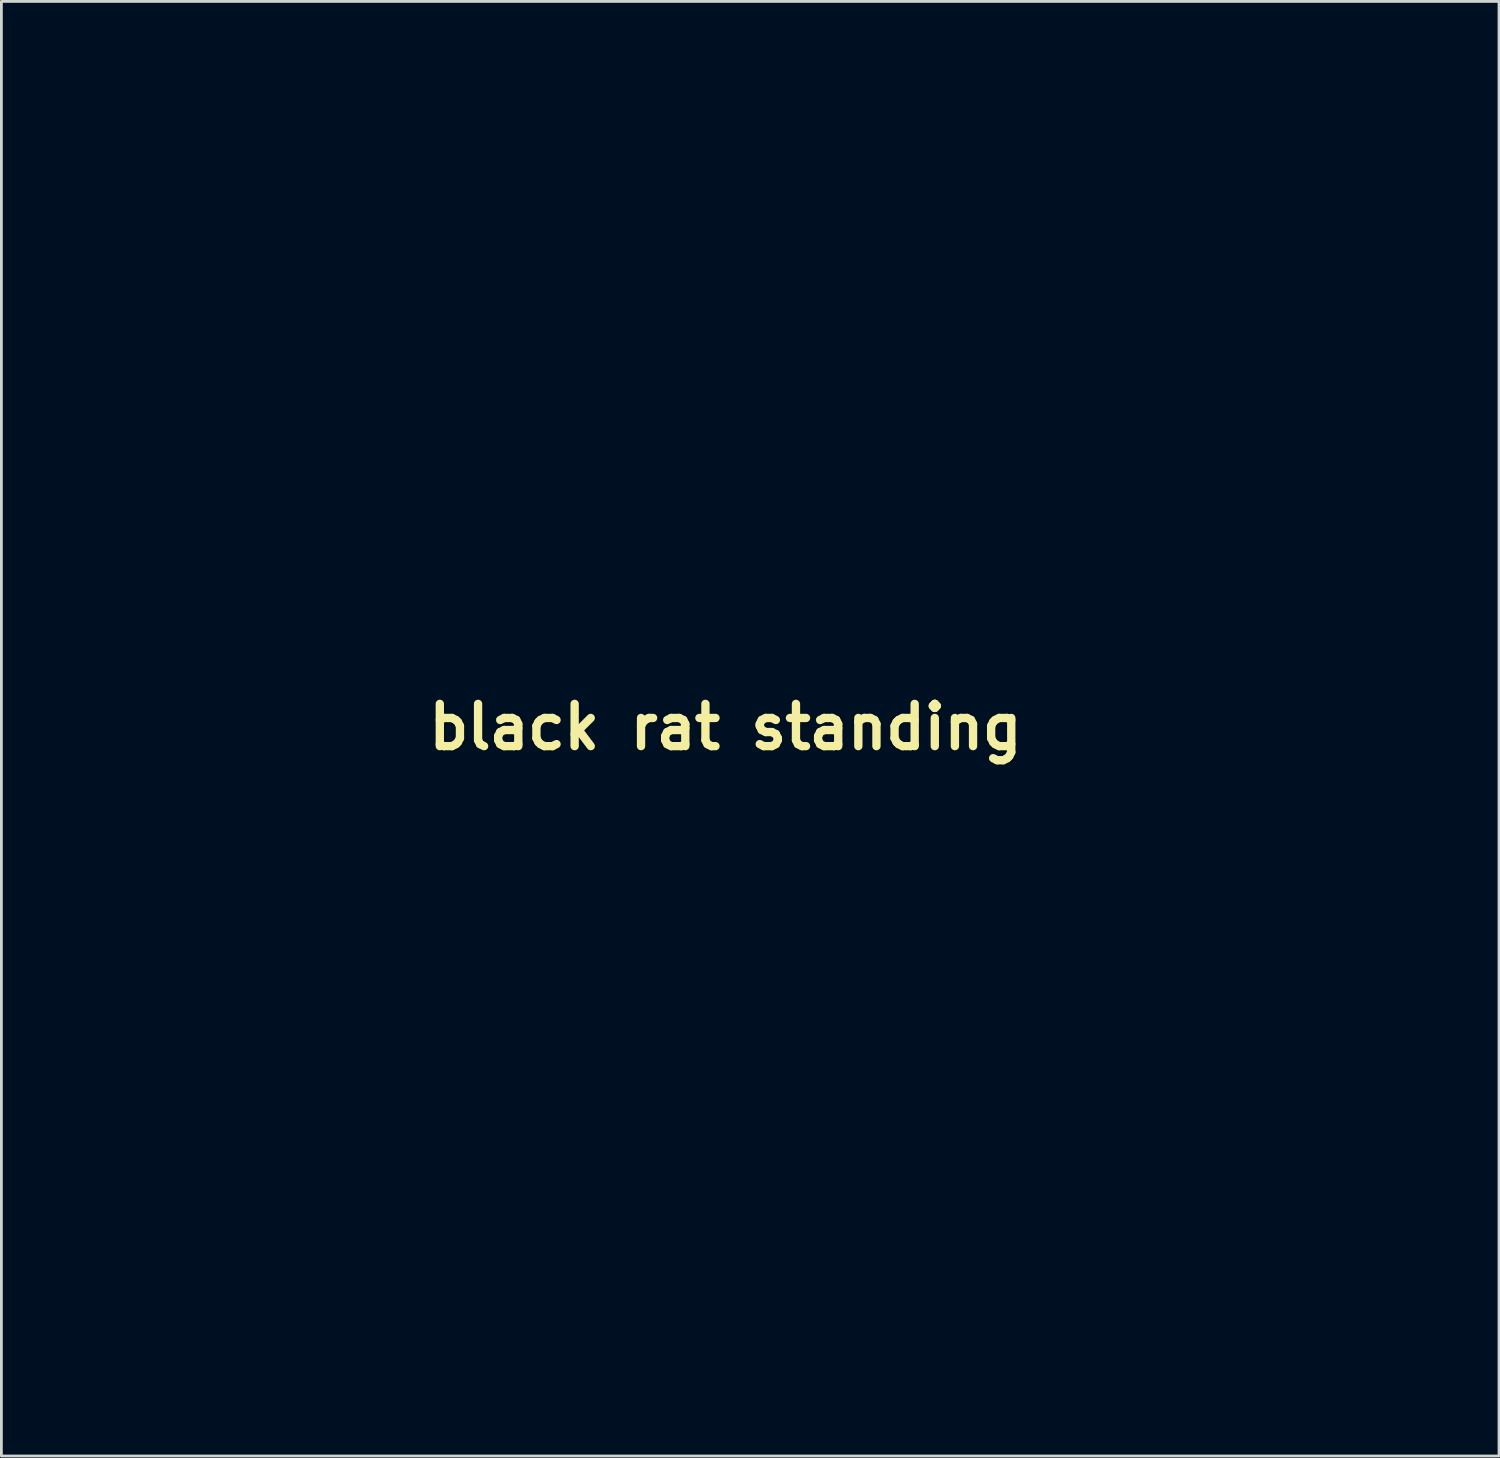
<source format=kicad_pcb>
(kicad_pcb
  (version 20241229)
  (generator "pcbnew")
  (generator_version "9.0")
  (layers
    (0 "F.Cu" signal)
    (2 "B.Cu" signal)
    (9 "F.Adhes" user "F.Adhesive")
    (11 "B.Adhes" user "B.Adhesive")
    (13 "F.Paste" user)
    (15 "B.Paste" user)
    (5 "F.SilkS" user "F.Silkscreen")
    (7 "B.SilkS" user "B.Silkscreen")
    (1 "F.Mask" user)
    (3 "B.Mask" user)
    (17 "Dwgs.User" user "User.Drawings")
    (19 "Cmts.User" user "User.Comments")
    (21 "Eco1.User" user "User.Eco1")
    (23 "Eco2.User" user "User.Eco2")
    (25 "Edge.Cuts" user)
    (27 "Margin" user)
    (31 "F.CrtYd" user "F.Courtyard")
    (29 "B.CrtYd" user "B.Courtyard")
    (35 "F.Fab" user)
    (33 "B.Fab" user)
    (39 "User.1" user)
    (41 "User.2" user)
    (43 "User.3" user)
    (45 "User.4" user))
  (footprint "black rat standing"
    (layer "F.Cu")
    (at 23.119 23.172)
    (property "Reference" "black rat standing" (at 0 0 0) (layer "F.SilkS") (effects (font (size 1.524 1.524) (thickness 0.3))))
    (attr through_hole)
    (fp_poly (pts (xy -23.029 -19.516) (xy -23.072 -19.473) (xy -23.114 -19.516) (xy -23.072 -19.558) (xy -23.029 -19.516)) (stroke (width 0.01) (type solid)) (fill no) (layer "Eco2.User"))
    (fp_poly (pts (xy -22.86 -19.6) (xy -22.902 -19.558) (xy -22.945 -19.6) (xy -22.902 -19.643) (xy -22.86 -19.6)) (stroke (width 0.01) (type solid)) (fill no) (layer "Eco2.User"))
    (fp_poly (pts (xy -22.775 -18.246) (xy -22.818 -18.203) (xy -22.86 -18.246) (xy -22.818 -18.288) (xy -22.775 -18.246)) (stroke (width 0.01) (type solid)) (fill no) (layer "Eco2.User"))
    (fp_poly (pts (xy -22.606 -19.177) (xy -22.648 -19.135) (xy -22.691 -19.177) (xy -22.648 -19.219) (xy -22.606 -19.177)) (stroke (width 0.01) (type solid)) (fill no) (layer "Eco2.User"))
    (fp_poly (pts (xy -21.675 -20.193) (xy -21.717 -20.151) (xy -21.759 -20.193) (xy -21.717 -20.235) (xy -21.675 -20.193)) (stroke (width 0.01) (type solid)) (fill no) (layer "Eco2.User"))
    (fp_poly (pts (xy -18.881 -22.394) (xy -18.923 -22.352) (xy -18.965 -22.394) (xy -18.923 -22.437) (xy -18.881 -22.394)) (stroke (width 0.01) (type solid)) (fill no) (layer "Eco2.User"))
    (fp_poly (pts (xy -18.119 -22.987) (xy -18.161 -22.945) (xy -18.203 -22.987) (xy -18.161 -23.029) (xy -18.119 -22.987)) (stroke (width 0.01) (type solid)) (fill no) (layer "Eco2.User"))
    (fp_poly (pts (xy -17.526 -22.902) (xy -17.568 -22.86) (xy -17.611 -22.902) (xy -17.568 -22.945) (xy -17.526 -22.902)) (stroke (width 0.01) (type solid)) (fill no) (layer "Eco2.User"))
    (fp_poly (pts (xy -19.815 -15.348) (xy -19.783 -15.286) (xy -19.761 -15.167) (xy -19.818 -15.19) (xy -19.858 -15.246) (xy -19.884 -15.356) (xy -19.873 -15.376) (xy -19.815 -15.348)) (stroke (width 0.01) (type solid)) (fill no) (layer "Eco2.User"))
    (fp_poly (pts (xy -10.004 -5.977) (xy -9.913 -5.892) (xy -9.932 -5.843) (xy -9.943 -5.842) (xy -10.015 -5.902) (xy -10.041 -5.94) (xy -10.051 -5.998) (xy -10.004 -5.977)) (stroke (width 0.01) (type solid)) (fill no) (layer "Eco2.User"))
    (fp_poly (pts (xy -21.786 -19.673) (xy -21.802 -19.643) (xy -21.881 -19.562) (xy -21.896 -19.558) (xy -21.902 -19.613) (xy -21.886 -19.643) (xy -21.807 -19.724) (xy -21.792 -19.727) (xy -21.786 -19.673)) (stroke (width 0.01) (type solid)) (fill no) (layer "Eco2.User"))
    (fp_poly (pts (xy -21.447 -17.397) (xy -21.495 -17.335) (xy -21.618 -17.204) (xy -21.673 -17.204) (xy -21.675 -17.219) (xy -21.617 -17.29) (xy -21.526 -17.367) (xy -21.426 -17.441) (xy -21.447 -17.397)) (stroke (width 0.01) (type solid)) (fill no) (layer "Eco2.User"))
    (fp_poly (pts (xy -17.637 -22.721) (xy -17.653 -22.691) (xy -17.733 -22.61) (xy -17.748 -22.606) (xy -17.753 -22.661) (xy -17.738 -22.691) (xy -17.658 -22.772) (xy -17.643 -22.775) (xy -17.637 -22.721)) (stroke (width 0.01) (type solid)) (fill no) (layer "Eco2.User"))
    (fp_poly (pts (xy -22.095 -19.48) (xy -22.183 -19.396) (xy -22.354 -19.275) (xy -22.477 -19.223) (xy -22.479 -19.223) (xy -22.494 -19.258) (xy -22.437 -19.308) (xy -22.241 -19.431) (xy -22.12 -19.491) (xy -22.095 -19.48)) (stroke (width 0.01) (type solid)) (fill no) (layer "Eco2.User"))
    (fp_poly (pts (xy -18.595 -23.114) (xy -18.652 -22.94) (xy -18.73 -22.755) (xy -18.808 -22.607) (xy -18.86 -22.541) (xy -18.871 -22.564) (xy -18.835 -22.687) (xy -18.748 -22.896) (xy -18.705 -22.987) (xy -18.622 -23.142) (xy -18.587 -23.167) (xy -18.595 -23.114)) (stroke (width 0.01) (type solid)) (fill no) (layer "Eco2.User"))
    (fp_poly (pts (xy -17.845 -22.459) (xy -17.902 -22.342) (xy -17.989 -22.204) (xy -18.146 -21.978) (xy -18.242 -21.864) (xy -18.265 -21.868) (xy -18.205 -21.998) (xy -18.145 -22.105) (xy -18.007 -22.311) (xy -17.879 -22.458) (xy -17.871 -22.464) (xy -17.845 -22.459)) (stroke (width 0.01) (type solid)) (fill no) (layer "Eco2.User"))
    (fp_poly (pts (xy -5.343 7.334) (xy -5.201 7.458) (xy -5.072 7.602) (xy -5.005 7.716) (xy -5.008 7.746) (xy -5.086 7.717) (xy -5.231 7.596) (xy -5.293 7.534) (xy -5.422 7.381) (xy -5.463 7.291) (xy -5.449 7.281) (xy -5.343 7.334)) (stroke (width 0.01) (type solid)) (fill no) (layer "Eco2.User"))
    (fp_poly (pts (xy -18.24 -22.738) (xy -18.312 -22.565) (xy -18.412 -22.362) (xy -18.51 -22.188) (xy -18.579 -22.1) (xy -18.585 -22.098) (xy -18.574 -22.166) (xy -18.504 -22.34) (xy -18.44 -22.477) (xy -18.33 -22.687) (xy -18.248 -22.81) (xy -18.224 -22.824) (xy -18.24 -22.738)) (stroke (width 0.01) (type solid)) (fill no) (layer "Eco2.User"))
    (fp_poly (pts (xy -17.815 -21.791) (xy -17.924 -21.66) (xy -17.949 -21.632) (xy -18.094 -21.49) (xy -18.185 -21.422) (xy -18.191 -21.421) (xy -18.169 -21.474) (xy -18.06 -21.605) (xy -18.034 -21.632) (xy -17.889 -21.775) (xy -17.798 -21.843) (xy -17.793 -21.844) (xy -17.815 -21.791)) (stroke (width 0.01) (type solid)) (fill no) (layer "Eco2.User"))
    (fp_poly (pts (xy -5.006 8.086) (xy -4.866 8.223) (xy -4.714 8.398) (xy -4.583 8.568) (xy -4.508 8.688) (xy -4.508 8.721) (xy -4.58 8.664) (xy -4.717 8.525) (xy -4.751 8.488) (xy -4.929 8.281) (xy -5.076 8.095) (xy -5.083 8.086) (xy -5.204 7.916) (xy -5.006 8.086)) (stroke (width 0.01) (type solid)) (fill no) (layer "Eco2.User"))
    (fp_poly (pts (xy -21.912 -20.055) (xy -22.083 -19.954) (xy -22.304 -19.836) (xy -22.523 -19.728) (xy -22.69 -19.657) (xy -22.744 -19.643) (xy -22.77 -19.673) (xy -22.768 -19.675) (xy -22.664 -19.74) (xy -22.475 -19.839) (xy -22.249 -19.948) (xy -22.036 -20.045) (xy -21.886 -20.105) (xy -21.844 -20.111) (xy -21.912 -20.055)) (stroke (width 0.01) (type solid)) (fill no) (layer "Eco2.User"))
    (fp_poly (pts (xy -5.907 6.346) (xy -5.852 6.392) (xy -5.676 6.567) (xy -5.511 6.766) (xy -5.392 6.947) (xy -5.349 7.062) (xy -5.355 7.077) (xy -5.431 7.056) (xy -5.477 7.008) (xy -5.574 6.878) (xy -5.725 6.671) (xy -5.805 6.562) (xy -5.936 6.374) (xy -5.969 6.307) (xy -5.907 6.346)) (stroke (width 0.01) (type solid)) (fill no) (layer "Eco2.User"))
    (fp_poly (pts (xy -21.557 -19.161) (xy -21.724 -19.015) (xy -21.936 -18.844) (xy -22.163 -18.668) (xy -22.378 -18.507) (xy -22.552 -18.385) (xy -22.656 -18.32) (xy -22.661 -18.336) (xy -22.648 -18.35) (xy -22.548 -18.438) (xy -22.347 -18.601) (xy -22.077 -18.814) (xy -21.886 -18.961) (xy -21.647 -19.141) (xy -21.506 -19.237) (xy -21.477 -19.242) (xy -21.557 -19.161)) (stroke (width 0.01) (type solid)) (fill no) (layer "Eco2.User"))
    (fp_poly (pts (xy -18.969 -22.646) (xy -19.011 -22.516) (xy -19.09 -22.381) (xy -19.149 -22.275) (xy -19.138 -22.178) (xy -19.039 -22.052) (xy -18.83 -21.855) (xy -18.828 -21.852) (xy -18.31 -21.454) (xy -17.741 -21.173) (xy -17.484 -21.083) (xy -16.992 -20.892) (xy -16.517 -20.626) (xy -16.037 -20.267) (xy -15.527 -19.797) (xy -14.964 -19.199) (xy -14.887 -19.112) (xy -14.605 -18.793) (xy -14.16 -18.964) (xy -13.754 -19.094) (xy -13.462 -19.125) (xy -13.263 -19.058) (xy -13.2 -18.998) (xy -13.141 -18.887) (xy -13.161 -18.75) (xy -13.265 -18.537) (xy -13.444 -18.211) (xy -13.202 -18.26) (xy -12.801 -18.276) (xy -12.442 -18.173) (xy -12.158 -17.973) (xy -11.981 -17.697) (xy -11.938 -17.456) (xy -12.01 -17.104) (xy -12.233 -16.759) (xy -12.614 -16.411) (xy -12.758 -16.306) (xy -13.214 -15.987) (xy -12.915 -15.656) (xy -12.717 -15.424) (xy -12.623 -15.286) (xy -12.64 -15.252) (xy -12.7 -15.282) (xy -12.781 -15.302) (xy -12.761 -15.206) (xy -12.647 -15.01) (xy -12.473 -14.765) (xy -12.342 -14.58) (xy -12.296 -14.488) (xy -12.344 -14.511) (xy -12.346 -14.512) (xy -12.48 -14.598) (xy -12.527 -14.569) (xy -12.484 -14.457) (xy -12.367 -14.314) (xy -12.274 -14.188) (xy -12.286 -14.122) (xy -12.285 -14.046) (xy -12.2 -13.874) (xy -12.069 -13.673) (xy -11.872 -13.381) (xy -11.784 -13.206) (xy -11.799 -13.136) (xy -11.896 -13.154) (xy -11.949 -13.141) (xy -11.92 -13.018) (xy -11.808 -12.779) (xy -11.698 -12.534) (xy -11.641 -12.347) (xy -11.641 -12.277) (xy -11.629 -12.17) (xy -11.551 -11.955) (xy -11.425 -11.675) (xy -11.39 -11.605) (xy -11.224 -11.27) (xy -11.13 -11.062) (xy -11.102 -10.96) (xy -11.131 -10.942) (xy -11.185 -10.97) (xy -11.241 -10.963) (xy -11.216 -10.835) (xy -11.119 -10.608) (xy -10.956 -10.304) (xy -10.912 -10.228) (xy -10.755 -9.948) (xy -10.683 -9.787) (xy -10.696 -9.751) (xy -10.796 -9.849) (xy -10.845 -9.906) (xy -11.017 -10.118) (xy -10.96 -9.906) (xy -10.879 -9.725) (xy -10.728 -9.474) (xy -10.586 -9.271) (xy -10.415 -9.035) (xy -10.284 -8.841) (xy -10.205 -8.711) (xy -10.19 -8.666) (xy -10.253 -8.728) (xy -10.317 -8.805) (xy -10.537 -9.08) (xy -10.669 -9.235) (xy -10.73 -9.281) (xy -10.741 -9.228) (xy -10.719 -9.087) (xy -10.709 -9.022) (xy -10.636 -8.742) (xy -10.513 -8.42) (xy -10.449 -8.284) (xy -10.313 -7.997) (xy -10.256 -7.835) (xy -10.279 -7.804) (xy -10.384 -7.914) (xy -10.386 -7.916) (xy -10.521 -8.086) (xy -10.461 -7.916) (xy -10.41 -7.717) (xy -10.366 -7.459) (xy -10.363 -7.433) (xy -10.3 -7.131) (xy -10.202 -6.827) (xy -10.196 -6.813) (xy -10.124 -6.566) (xy -10.114 -6.351) (xy -10.119 -6.323) (xy -10.144 -6.206) (xy -10.103 -6.237) (xy -10.082 -6.265) (xy -10.011 -6.348) (xy -9.992 -6.285) (xy -9.992 -6.261) (xy -10.04 -6.092) (xy -10.074 -6.047) (xy -10.108 -5.912) (xy -10.106 -5.621) (xy -10.067 -5.181) (xy -10.065 -5.162) (xy -10.001 -4.705) (xy -9.922 -4.373) (xy -9.815 -4.121) (xy -9.764 -4.035) (xy -9.647 -3.834) (xy -9.591 -3.699) (xy -9.592 -3.673) (xy -9.658 -3.708) (xy -9.767 -3.846) (xy -9.774 -3.857) (xy -9.886 -3.998) (xy -9.959 -4.039) (xy -9.961 -4.037) (xy -9.958 -3.931) (xy -9.867 -3.736) (xy -9.711 -3.488) (xy -9.513 -3.228) (xy -9.426 -3.128) (xy -9.273 -2.944) (xy -9.197 -2.823) (xy -9.202 -2.794) (xy -9.324 -2.848) (xy -9.381 -2.896) (xy -9.465 -2.953) (xy -9.483 -2.898) (xy -9.414 -2.8) (xy -9.242 -2.674) (xy -9.165 -2.63) (xy -8.988 -2.529) (xy -8.91 -2.467) (xy -8.917 -2.459) (xy -9.04 -2.492) (xy -9.15 -2.543) (xy -9.281 -2.588) (xy -9.297 -2.518) (xy -9.196 -2.33) (xy -9.139 -2.244) (xy -8.975 -1.986) (xy -8.831 -1.736) (xy -8.747 -1.572) (xy -8.746 -1.533) (xy -8.832 -1.596) (xy -8.839 -1.602) (xy -8.932 -1.67) (xy -8.94 -1.63) (xy -8.877 -1.475) (xy -8.76 -1.254) (xy -8.59 -0.99) (xy -8.518 -0.889) (xy -8.308 -0.605) (xy -8.195 -0.441) (xy -8.171 -0.384) (xy -8.229 -0.419) (xy -8.335 -0.508) (xy -8.483 -0.618) (xy -8.54 -0.618) (xy -8.535 -0.593) (xy -8.49 -0.458) (xy -8.408 -0.208) (xy -8.303 0.114) (xy -8.257 0.254) (xy -8.073 0.737) (xy -7.875 1.112) (xy -7.758 1.268) (xy -7.64 1.407) (xy -7.622 1.45) (xy -7.669 1.416) (xy -7.816 1.308) (xy -7.894 1.27) (xy -7.905 1.34) (xy -7.867 1.515) (xy -7.794 1.747) (xy -7.702 1.986) (xy -7.608 2.182) (xy -7.583 2.223) (xy -7.505 2.387) (xy -7.506 2.483) (xy -7.498 2.578) (xy -7.401 2.723) (xy -7.319 2.833) (xy -7.339 2.849) (xy -7.345 2.846) (xy -7.436 2.833) (xy -7.431 2.954) (xy -7.33 3.202) (xy -7.275 3.314) (xy -7.193 3.501) (xy -7.179 3.595) (xy -7.204 3.594) (xy -7.254 3.568) (xy -7.264 3.585) (xy -7.22 3.668) (xy -7.111 3.836) (xy -6.924 4.112) (xy -6.791 4.307) (xy -6.609 4.587) (xy -6.468 4.831) (xy -6.394 4.991) (xy -6.391 5.005) (xy -6.327 5.164) (xy -6.199 5.393) (xy -6.116 5.523) (xy -5.92 5.817) (xy -5.82 5.985) (xy -5.815 6.038) (xy -5.903 5.99) (xy -6.078 5.856) (xy -6.274 5.71) (xy -6.404 5.631) (xy -6.435 5.628) (xy -6.395 5.747) (xy -6.291 5.969) (xy -6.147 6.25) (xy -5.984 6.55) (xy -5.826 6.826) (xy -5.695 7.036) (xy -5.615 7.137) (xy -5.613 7.138) (xy -5.538 7.238) (xy -5.547 7.283) (xy -5.528 7.387) (xy -5.436 7.616) (xy -5.283 7.949) (xy -5.078 8.363) (xy -4.833 8.837) (xy -4.558 9.348) (xy -4.483 9.483) (xy -4.28 9.798) (xy -4.037 10.105) (xy -3.891 10.256) (xy -3.704 10.44) (xy -3.582 10.581) (xy -3.556 10.632) (xy -3.609 10.622) (xy -3.742 10.519) (xy -3.81 10.456) (xy -3.981 10.316) (xy -4.06 10.3) (xy -4.035 10.406) (xy -3.983 10.499) (xy -3.799 10.729) (xy -3.488 11.04) (xy -3.064 11.422) (xy -2.543 11.863) (xy -1.939 12.351) (xy -1.266 12.877) (xy -0.54 13.429) (xy 0.224 13.995) (xy 1.013 14.565) (xy 1.81 15.128) (xy 2.602 15.672) (xy 3.374 16.187) (xy 4.111 16.662) (xy 4.798 17.084) (xy 4.826 17.101) (xy 5.952 17.749) (xy 7.07 18.338) (xy 8.197 18.873) (xy 9.347 19.359) (xy 10.534 19.8) (xy 11.776 20.2) (xy 13.086 20.564) (xy 14.479 20.896) (xy 15.972 21.2) (xy 17.578 21.48) (xy 19.314 21.741) (xy 21.194 21.988) (xy 22.458 22.138) (xy 23.174 22.224) (xy 23.737 22.304) (xy 24.167 22.384) (xy 24.478 22.469) (xy 24.689 22.566) (xy 24.817 22.679) (xy 24.879 22.815) (xy 24.892 22.946) (xy 24.818 23.089) (xy 24.637 23.21) (xy 24.413 23.284) (xy 24.209 23.288) (xy 24.115 23.241) (xy 24.006 23.204) (xy 23.745 23.151) (xy 23.348 23.085) (xy 22.831 23.007) (xy 22.211 22.919) (xy 21.504 22.824) (xy 20.727 22.725) (xy 19.894 22.622) (xy 19.023 22.52) (xy 18.33 22.441) (xy 17.064 22.295) (xy 15.947 22.156) (xy 14.959 22.019) (xy 14.078 21.881) (xy 13.285 21.737) (xy 12.559 21.584) (xy 11.881 21.417) (xy 11.23 21.233) (xy 10.585 21.027) (xy 9.926 20.794) (xy 9.758 20.732) (xy 9.073 20.468) (xy 8.399 20.188) (xy 7.716 19.882) (xy 7.006 19.541) (xy 6.25 19.155) (xy 5.432 18.715) (xy 4.531 18.212) (xy 3.531 17.637) (xy 2.413 16.979) (xy 2.109 16.799) (xy 1.08 16.188) (xy 0.175 15.656) (xy -0.625 15.192) (xy -1.337 14.786) (xy -1.983 14.427) (xy -2.58 14.103) (xy -3.147 13.805) (xy -3.705 13.522) (xy -4.008 13.371) (xy -4.522 13.121) (xy -4.906 12.941) (xy -5.182 12.824) (xy -5.371 12.761) (xy -5.493 12.745) (xy -5.569 12.767) (xy -5.575 12.771) (xy -5.769 12.885) (xy -5.863 12.924) (xy -5.988 13.001) (xy -6.011 13.049) (xy -6.081 13.112) (xy -6.162 13.123) (xy -6.326 13.187) (xy -6.435 13.292) (xy -6.595 13.415) (xy -6.707 13.414) (xy -6.833 13.418) (xy -6.858 13.47) (xy -6.889 13.534) (xy -6.911 13.521) (xy -7.029 13.494) (xy -7.149 13.578) (xy -7.221 13.724) (xy -7.22 13.821) (xy -7.202 13.948) (xy -7.256 13.934) (xy -7.28 13.913) (xy -7.455 13.856) (xy -7.684 13.956) (xy -7.798 14.048) (xy -8.037 14.255) (xy -8.189 14.362) (xy -8.286 14.393) (xy -8.287 14.393) (xy -8.378 14.459) (xy -8.508 14.623) (xy -8.551 14.69) (xy -8.679 14.875) (xy -8.775 14.978) (xy -8.794 14.986) (xy -8.872 15.052) (xy -8.987 15.213) (xy -9.008 15.247) (xy -9.157 15.433) (xy -9.308 15.47) (xy -9.323 15.467) (xy -9.453 15.465) (xy -9.483 15.502) (xy -9.554 15.565) (xy -9.649 15.579) (xy -9.834 15.656) (xy -9.952 15.889) (xy -10.003 16.274) (xy -10.003 16.529) (xy -10.017 16.979) (xy -10.089 17.297) (xy -10.109 17.34) (xy -10.248 17.516) (xy -10.503 17.757) (xy -10.846 18.042) (xy -11.248 18.349) (xy -11.68 18.657) (xy -12.114 18.944) (xy -12.519 19.191) (xy -12.868 19.374) (xy -12.869 19.375) (xy -13.25 19.571) (xy -13.698 19.833) (xy -14.147 20.118) (xy -14.406 20.298) (xy -15.015 20.705) (xy -15.574 21.009) (xy -16.139 21.237) (xy -16.269 21.28) (xy -16.381 21.396) (xy -16.463 21.645) (xy -16.472 21.69) (xy -16.516 21.886) (xy -16.556 21.968) (xy -16.57 21.955) (xy -16.665 21.89) (xy -16.728 21.901) (xy -16.899 21.889) (xy -17.043 21.761) (xy -17.103 21.57) (xy -17.134 21.45) (xy -17.259 21.448) (xy -17.293 21.457) (xy -17.456 21.499) (xy -17.738 21.565) (xy -18.092 21.645) (xy -18.305 21.693) (xy -18.699 21.774) (xy -18.963 21.814) (xy -19.13 21.815) (xy -19.233 21.78) (xy -19.257 21.763) (xy -19.368 21.613) (xy -19.389 21.527) (xy -19.432 21.443) (xy -19.585 21.44) (xy -19.643 21.45) (xy -19.838 21.464) (xy -19.885 21.405) (xy -19.781 21.286) (xy -19.682 21.215) (xy -19.536 21.075) (xy -19.543 20.972) (xy -19.691 20.93) (xy -19.843 20.945) (xy -20.108 20.994) (xy -19.902 20.821) (xy -19.672 20.678) (xy -19.459 20.601) (xy -19.295 20.533) (xy -19.288 20.454) (xy -19.431 20.407) (xy -19.483 20.405) (xy -19.597 20.371) (xy -19.6 20.32) (xy -19.465 20.247) (xy -19.231 20.246) (xy -18.95 20.311) (xy -18.733 20.405) (xy -18.481 20.507) (xy -18.169 20.56) (xy -17.775 20.574) (xy -17.101 20.525) (xy -16.526 20.371) (xy -16.011 20.099) (xy -15.875 20.002) (xy -15.452 19.685) (xy -16.214 19.639) (xy -16.571 19.626) (xy -16.876 19.63) (xy -17.08 19.65) (xy -17.124 19.663) (xy -17.247 19.689) (xy -17.266 19.63) (xy -17.188 19.531) (xy -17.1 19.472) (xy -16.982 19.364) (xy -17.009 19.274) (xy -17.158 19.232) (xy -17.282 19.239) (xy -17.475 19.249) (xy -17.512 19.207) (xy -17.395 19.128) (xy -17.264 19.073) (xy -17.1 18.982) (xy -17.054 18.893) (xy -17.058 18.885) (xy -17.163 18.84) (xy -17.277 18.883) (xy -17.411 18.925) (xy -17.441 18.889) (xy -17.372 18.8) (xy -17.28 18.756) (xy -17.088 18.647) (xy -17.004 18.567) (xy -16.944 18.476) (xy -17 18.459) (xy -17.145 18.488) (xy -17.3 18.515) (xy -17.304 18.486) (xy -17.272 18.462) (xy -16.961 18.347) (xy -16.512 18.324) (xy -15.932 18.391) (xy -15.656 18.446) (xy -15.165 18.538) (xy -14.805 18.571) (xy -14.551 18.549) (xy -14.32 18.49) (xy -14.17 18.417) (xy -14.055 18.289) (xy -13.932 18.065) (xy -13.867 17.933) (xy -13.764 17.712) (xy -13.703 17.526) (xy -13.678 17.326) (xy -13.683 17.059) (xy -13.71 16.679) (xy -13.751 15.652) (xy -13.697 14.713) (xy -13.635 14.266) (xy -13.581 13.922) (xy -13.535 13.587) (xy -13.515 13.419) (xy -13.473 13.161) (xy -13.398 12.819) (xy -13.313 12.488) (xy -13.203 12.027) (xy -13.141 11.613) (xy -13.133 11.345) (xy -13.039 11.345) (xy -13.008 11.415) (xy -12.982 11.402) (xy -12.972 11.301) (xy -12.982 11.289) (xy -13.033 11.301) (xy -13.039 11.345) (xy -13.133 11.345) (xy -13.13 11.276) (xy -13.171 11.045) (xy -13.246 10.954) (xy -13.362 10.86) (xy -13.379 10.807) (xy -13.429 10.701) (xy -13.561 10.498) (xy -13.751 10.237) (xy -13.842 10.118) (xy -14.064 9.823) (xy -14.252 9.555) (xy -14.375 9.357) (xy -14.397 9.314) (xy -14.511 9.104) (xy -14.671 8.865) (xy -14.697 8.831) (xy -14.862 8.578) (xy -15.024 8.273) (xy -15.069 8.174) (xy -15.181 7.952) (xy -15.281 7.813) (xy -15.322 7.789) (xy -15.403 7.723) (xy -15.41 7.684) (xy -15.434 7.494) (xy -15.494 7.277) (xy -15.568 7.09) (xy -15.636 6.987) (xy -15.66 6.983) (xy -15.716 6.937) (xy -15.771 6.768) (xy -15.79 6.668) (xy -15.842 6.416) (xy -15.927 6.067) (xy -16.03 5.687) (xy -16.059 5.588) (xy -16.171 5.205) (xy -16.279 4.834) (xy -16.317 4.706) (xy -6.817 4.706) (xy -6.715 4.816) (xy -6.7 4.829) (xy -6.526 4.96) (xy -6.453 4.986) (xy -6.493 4.906) (xy -6.562 4.826) (xy -6.708 4.7) (xy -6.808 4.659) (xy -6.817 4.706) (xy -16.317 4.706) (xy -16.365 4.54) (xy -16.38 4.487) (xy -16.439 4.246) (xy -16.513 3.89) (xy -16.591 3.472) (xy -16.649 3.133) (xy -16.717 2.727) (xy -16.767 2.473) (xy -16.805 2.356) (xy -16.834 2.359) (xy -16.859 2.455) (xy -16.886 2.542) (xy -16.905 2.459) (xy -16.919 2.208) (xy -16.922 2.037) (xy -16.938 1.712) (xy -16.975 1.304) (xy -17.027 0.85) (xy -17.089 0.381) (xy -17.157 -0.067) (xy -17.226 -0.461) (xy -17.29 -0.766) (xy -17.345 -0.948) (xy -17.361 -0.977) (xy -17.426 -1.111) (xy -17.499 -1.335) (xy -17.516 -1.4) (xy -17.605 -1.713) (xy -17.714 -2.037) (xy -17.728 -2.074) (xy -17.813 -2.356) (xy -17.86 -2.621) (xy -17.862 -2.667) (xy -17.874 -2.94) (xy -17.919 -3.114) (xy -18.029 -3.213) (xy -18.236 -3.261) (xy -18.571 -3.28) (xy -18.695 -3.284) (xy -19.075 -3.3) (xy -19.43 -3.322) (xy -19.694 -3.348) (xy -19.741 -3.354) (xy -19.962 -3.37) (xy -20.087 -3.312) (xy -20.146 -3.226) (xy -20.304 -3.084) (xy -20.519 -3.054) (xy -20.714 -3.143) (xy -20.739 -3.17) (xy -20.879 -3.259) (xy -21.003 -3.192) (xy -21.094 -2.981) (xy -21.115 -2.878) (xy -21.191 -2.597) (xy -21.303 -2.481) (xy -21.449 -2.529) (xy -21.455 -2.534) (xy -21.579 -2.575) (xy -21.674 -2.499) (xy -21.846 -2.381) (xy -22.011 -2.426) (xy -22.095 -2.534) (xy -22.141 -2.709) (xy -22.17 -2.992) (xy -22.176 -3.143) (xy -21.58 -3.143) (xy -21.568 -3.009) (xy -21.544 -3.035) (xy -21.53 -3.09) (xy -21.46 -3.27) (xy -21.412 -3.34) (xy -21.338 -3.461) (xy -21.365 -3.518) (xy -21.463 -3.471) (xy -21.557 -3.311) (xy -21.58 -3.143) (xy -22.176 -3.143) (xy -22.182 -3.321) (xy -22.174 -3.637) (xy -22.145 -3.879) (xy -22.127 -3.94) (xy -22.023 -4.055) (xy -21.816 -4.194) (xy -21.661 -4.274) (xy -21.429 -4.389) (xy -21.33 -4.467) (xy -21.341 -4.535) (xy -21.386 -4.578) (xy -21.39 -4.585) (xy -20.876 -4.585) (xy -20.743 -4.607) (xy -20.616 -4.657) (xy -20.5 -4.713) (xy -20.545 -4.732) (xy -20.633 -4.735) (xy -20.803 -4.706) (xy -20.87 -4.657) (xy -20.876 -4.585) (xy -21.39 -4.585) (xy -21.481 -4.74) (xy -21.476 -4.976) (xy -21.469 -5.174) (xy -21.52 -5.232) (xy -21.603 -5.16) (xy -21.694 -4.965) (xy -21.716 -4.895) (xy -21.821 -4.622) (xy -21.945 -4.431) (xy -22.063 -4.354) (xy -22.104 -4.364) (xy -22.224 -4.359) (xy -22.345 -4.303) (xy -22.488 -4.24) (xy -22.582 -4.285) (xy -22.65 -4.462) (xy -22.691 -4.656) (xy -22.711 -5.094) (xy -22.628 -5.518) (xy -22.454 -5.87) (xy -22.368 -5.973) (xy -22.229 -6.098) (xy -22.097 -6.158) (xy -21.915 -6.166) (xy -21.632 -6.135) (xy -21.009 -6.086) (xy -20.506 -6.122) (xy -20.097 -6.253) (xy -19.75 -6.487) (xy -19.494 -6.759) (xy -19.338 -6.966) (xy -19.238 -7.122) (xy -19.219 -7.171) (xy -19.182 -7.276) (xy -19.086 -7.483) (xy -18.973 -7.706) (xy -18.826 -8.021) (xy -18.711 -8.336) (xy -18.665 -8.511) (xy -18.616 -8.745) (xy -18.568 -8.906) (xy -18.558 -8.928) (xy -18.52 -9.032) (xy -18.485 -9.223) (xy -18.447 -9.537) (xy -18.429 -9.71) (xy -18.379 -9.94) (xy -18.301 -10.102) (xy -18.241 -10.273) (xy -18.254 -10.362) (xy -18.258 -10.53) (xy -18.199 -10.754) (xy -18.19 -10.775) (xy -18.125 -11.042) (xy -18.087 -11.467) (xy -18.078 -11.98) (xy -18.082 -12.396) (xy -18.097 -12.688) (xy -18.133 -12.904) (xy -18.197 -13.089) (xy -18.3 -13.291) (xy -18.361 -13.399) (xy -18.512 -13.646) (xy -18.639 -13.821) (xy -18.711 -13.885) (xy -18.782 -13.957) (xy -18.864 -14.135) (xy -18.881 -14.182) (xy -18.962 -14.362) (xy -19.041 -14.435) (xy -19.057 -14.431) (xy -19.13 -14.442) (xy -19.135 -14.467) (xy -19.165 -14.601) (xy -19.233 -14.79) (xy -19.331 -15.028) (xy -19.392 -14.774) (xy -19.431 -14.625) (xy -19.451 -14.617) (xy -19.462 -14.762) (xy -19.466 -14.859) (xy -19.526 -15.169) (xy -19.66 -15.49) (xy -19.687 -15.536) (xy -19.813 -15.732) (xy -19.876 -15.794) (xy -19.9 -15.736) (xy -19.905 -15.663) (xy -19.924 -15.591) (xy -19.964 -15.684) (xy -20.001 -15.833) (xy -20.058 -16.051) (xy -20.102 -16.121) (xy -20.148 -16.063) (xy -20.156 -16.044) (xy -20.202 -15.954) (xy -20.224 -16.008) (xy -20.229 -16.135) (xy -20.268 -16.324) (xy -20.361 -16.579) (xy -20.488 -16.856) (xy -20.624 -17.108) (xy -20.748 -17.29) (xy -20.834 -17.357) (xy -20.895 -17.429) (xy -20.913 -17.554) (xy -20.942 -17.758) (xy -21.035 -17.808) (xy -21.203 -17.707) (xy -21.24 -17.675) (xy -21.452 -17.484) (xy -21.268 -17.727) (xy -21.146 -17.937) (xy -21.119 -18.163) (xy -21.137 -18.32) (xy -21.175 -18.543) (xy -21.208 -18.682) (xy -21.215 -18.699) (xy -21.292 -18.672) (xy -21.458 -18.57) (xy -21.563 -18.497) (xy -21.737 -18.374) (xy -21.792 -18.341) (xy -21.725 -18.405) (xy -21.534 -18.574) (xy -21.526 -18.58) (xy -21.309 -18.797) (xy -21.195 -19.004) (xy -21.176 -19.245) (xy -21.246 -19.565) (xy -21.327 -19.815) (xy -21.43 -20.24) (xy -21.423 -20.651) (xy -21.301 -21.092) (xy -21.074 -21.575) (xy -20.801 -22.002) (xy -20.514 -22.275) (xy -20.195 -22.407) (xy -19.873 -22.417) (xy -19.613 -22.379) (xy -19.409 -22.331) (xy -19.374 -22.317) (xy -19.244 -22.316) (xy -19.122 -22.457) (xy -19.102 -22.493) (xy -19.014 -22.631) (xy -18.97 -22.654) (xy -18.969 -22.646)) (stroke (width 0.01) (type solid)) (fill no) (layer "Eco2.User")))
  (gr_rect
    (start -3 -3)
    (end 51.016 49.465)
    (stroke (width 0.1) (type default))
    (fill no)
    (layer "Edge.Cuts")))
</source>
